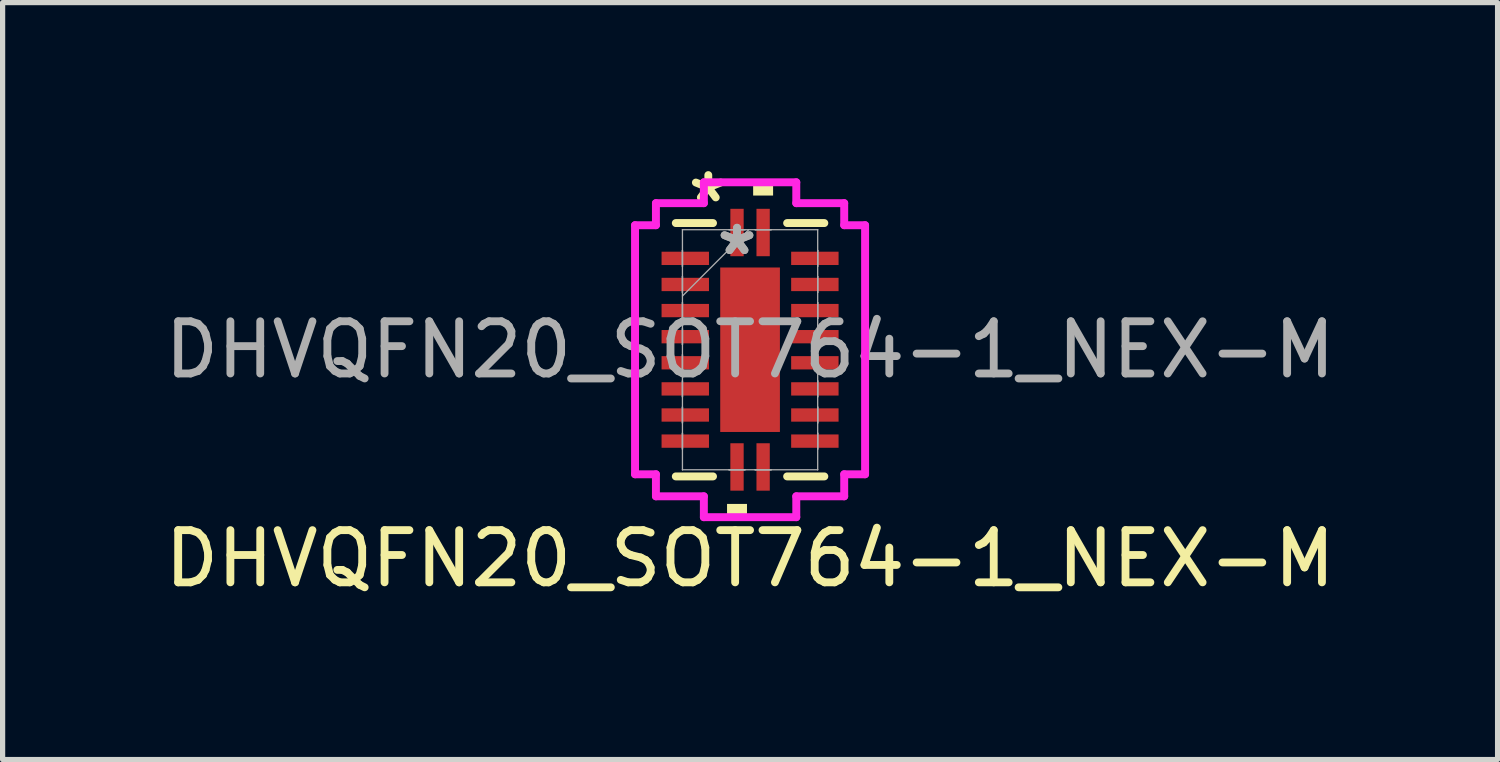
<source format=kicad_pcb>
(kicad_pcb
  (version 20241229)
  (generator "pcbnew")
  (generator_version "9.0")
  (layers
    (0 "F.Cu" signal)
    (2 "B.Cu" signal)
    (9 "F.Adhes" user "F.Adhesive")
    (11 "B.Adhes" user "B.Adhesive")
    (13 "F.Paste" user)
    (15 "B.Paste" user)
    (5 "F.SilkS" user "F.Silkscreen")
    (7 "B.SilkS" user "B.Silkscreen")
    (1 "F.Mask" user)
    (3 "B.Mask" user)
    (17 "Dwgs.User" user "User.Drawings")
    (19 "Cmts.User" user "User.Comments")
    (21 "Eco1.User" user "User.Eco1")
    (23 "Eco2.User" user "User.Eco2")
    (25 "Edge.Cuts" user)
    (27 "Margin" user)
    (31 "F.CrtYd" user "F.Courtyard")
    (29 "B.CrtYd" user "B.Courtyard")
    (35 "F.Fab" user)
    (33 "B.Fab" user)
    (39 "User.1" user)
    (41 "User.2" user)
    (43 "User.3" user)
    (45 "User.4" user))
  (footprint "DHVQFN20_SOT764-1_NEX-M"
    (layer "F.Cu")
    (at 11.315 3.648)
    (property "Reference" "DHVQFN20_SOT764-1_NEX-M" (at 0 4 0) (unlocked yes) (layer "F.SilkS") (effects (font (size 1 1) (thickness 0.15))))
    (attr smd)
    (fp_line (start -1.422 2.426) (end -0.71 2.426) (stroke (width 0.152) (type solid)) (layer "F.SilkS"))
    (fp_line (start -0.71 -2.426) (end -1.422 -2.426) (stroke (width 0.152) (type solid)) (layer "F.SilkS"))
    (fp_line (start 0.71 2.426) (end 1.422 2.426) (stroke (width 0.152) (type solid)) (layer "F.SilkS"))
    (fp_line (start 1.422 -2.426) (end 0.71 -2.426) (stroke (width 0.152) (type solid)) (layer "F.SilkS"))
    (fp_poly (pts (xy -0.441 2.953) (xy -0.441 3.207) (xy -0.059 3.207) (xy -0.059 2.953)) (stroke (width 0) (type solid)) (fill yes) (layer "F.SilkS"))
    (fp_poly (pts (xy 0.059 -2.953) (xy 0.059 -3.207) (xy 0.441 -3.207) (xy 0.441 -2.953)) (stroke (width 0) (type solid)) (fill yes) (layer "F.SilkS"))
    (fp_poly (pts (xy -0.471 -1.475) (xy -0.471 -0.1) (xy 0.471 -0.1) (xy 0.471 -1.475)) (stroke (width 0) (type solid)) (fill yes) (layer "F.Paste"))
    (fp_poly (pts (xy -0.471 0.1) (xy -0.471 1.475) (xy 0.471 1.475) (xy 0.471 0.1)) (stroke (width 0) (type solid)) (fill yes) (layer "F.Paste"))
    (fp_line (start -2.203 -2.385) (end -1.803 -2.385) (stroke (width 0.152) (type solid)) (layer "F.CrtYd"))
    (fp_line (start -2.203 2.385) (end -2.203 -2.385) (stroke (width 0.152) (type solid)) (layer "F.CrtYd"))
    (fp_line (start -1.803 -2.807) (end -0.885 -2.807) (stroke (width 0.152) (type solid)) (layer "F.CrtYd"))
    (fp_line (start -1.803 -2.385) (end -1.803 -2.807) (stroke (width 0.152) (type solid)) (layer "F.CrtYd"))
    (fp_line (start -1.803 2.385) (end -2.203 2.385) (stroke (width 0.152) (type solid)) (layer "F.CrtYd"))
    (fp_line (start -1.803 2.807) (end -1.803 2.385) (stroke (width 0.152) (type solid)) (layer "F.CrtYd"))
    (fp_line (start -0.885 -3.207) (end 0.885 -3.207) (stroke (width 0.152) (type solid)) (layer "F.CrtYd"))
    (fp_line (start -0.885 -2.807) (end -0.885 -3.207) (stroke (width 0.152) (type solid)) (layer "F.CrtYd"))
    (fp_line (start -0.885 2.807) (end -1.803 2.807) (stroke (width 0.152) (type solid)) (layer "F.CrtYd"))
    (fp_line (start -0.885 3.207) (end -0.885 2.807) (stroke (width 0.152) (type solid)) (layer "F.CrtYd"))
    (fp_line (start 0.885 -3.207) (end 0.885 -2.807) (stroke (width 0.152) (type solid)) (layer "F.CrtYd"))
    (fp_line (start 0.885 -2.807) (end 1.803 -2.807) (stroke (width 0.152) (type solid)) (layer "F.CrtYd"))
    (fp_line (start 0.885 2.807) (end 0.885 3.207) (stroke (width 0.152) (type solid)) (layer "F.CrtYd"))
    (fp_line (start 0.885 3.207) (end -0.885 3.207) (stroke (width 0.152) (type solid)) (layer "F.CrtYd"))
    (fp_line (start 1.803 -2.807) (end 1.803 -2.385) (stroke (width 0.152) (type solid)) (layer "F.CrtYd"))
    (fp_line (start 1.803 -2.385) (end 2.203 -2.385) (stroke (width 0.152) (type solid)) (layer "F.CrtYd"))
    (fp_line (start 1.803 2.385) (end 1.803 2.807) (stroke (width 0.152) (type solid)) (layer "F.CrtYd"))
    (fp_line (start 1.803 2.807) (end 0.885 2.807) (stroke (width 0.152) (type solid)) (layer "F.CrtYd"))
    (fp_line (start 2.203 -2.385) (end 2.203 2.385) (stroke (width 0.152) (type solid)) (layer "F.CrtYd"))
    (fp_line (start 2.203 2.385) (end 1.803 2.385) (stroke (width 0.152) (type solid)) (layer "F.CrtYd"))
    (fp_line (start -1.295 -2.299) (end -1.295 -2.299) (stroke (width 0.025) (type solid)) (layer "F.Fab"))
    (fp_line (start -1.295 -2.299) (end -1.295 2.299) (stroke (width 0.025) (type solid)) (layer "F.Fab"))
    (fp_line (start -1.295 -1.902) (end -1.295 -1.902) (stroke (width 0.025) (type solid)) (layer "F.Fab"))
    (fp_line (start -1.295 -1.902) (end -1.295 -1.598) (stroke (width 0.025) (type solid)) (layer "F.Fab"))
    (fp_line (start -1.295 -1.598) (end -1.295 -1.902) (stroke (width 0.025) (type solid)) (layer "F.Fab"))
    (fp_line (start -1.295 -1.598) (end -1.295 -1.598) (stroke (width 0.025) (type solid)) (layer "F.Fab"))
    (fp_line (start -1.295 -1.402) (end -1.295 -1.402) (stroke (width 0.025) (type solid)) (layer "F.Fab"))
    (fp_line (start -1.295 -1.402) (end -1.295 -1.098) (stroke (width 0.025) (type solid)) (layer "F.Fab"))
    (fp_line (start -1.295 -1.098) (end -1.295 -1.402) (stroke (width 0.025) (type solid)) (layer "F.Fab"))
    (fp_line (start -1.295 -1.098) (end -1.295 -1.098) (stroke (width 0.025) (type solid)) (layer "F.Fab"))
    (fp_line (start -1.295 -1.029) (end -0.025 -2.299) (stroke (width 0.025) (type solid)) (layer "F.Fab"))
    (fp_line (start -1.295 -0.902) (end -1.295 -0.902) (stroke (width 0.025) (type solid)) (layer "F.Fab"))
    (fp_line (start -1.295 -0.902) (end -1.295 -0.598) (stroke (width 0.025) (type solid)) (layer "F.Fab"))
    (fp_line (start -1.295 -0.598) (end -1.295 -0.902) (stroke (width 0.025) (type solid)) (layer "F.Fab"))
    (fp_line (start -1.295 -0.598) (end -1.295 -0.598) (stroke (width 0.025) (type solid)) (layer "F.Fab"))
    (fp_line (start -1.295 -0.402) (end -1.295 -0.402) (stroke (width 0.025) (type solid)) (layer "F.Fab"))
    (fp_line (start -1.295 -0.402) (end -1.295 -0.098) (stroke (width 0.025) (type solid)) (layer "F.Fab"))
    (fp_line (start -1.295 -0.098) (end -1.295 -0.402) (stroke (width 0.025) (type solid)) (layer "F.Fab"))
    (fp_line (start -1.295 -0.098) (end -1.295 -0.098) (stroke (width 0.025) (type solid)) (layer "F.Fab"))
    (fp_line (start -1.295 0.098) (end -1.295 0.098) (stroke (width 0.025) (type solid)) (layer "F.Fab"))
    (fp_line (start -1.295 0.098) (end -1.295 0.402) (stroke (width 0.025) (type solid)) (layer "F.Fab"))
    (fp_line (start -1.295 0.402) (end -1.295 0.098) (stroke (width 0.025) (type solid)) (layer "F.Fab"))
    (fp_line (start -1.295 0.402) (end -1.295 0.402) (stroke (width 0.025) (type solid)) (layer "F.Fab"))
    (fp_line (start -1.295 0.598) (end -1.295 0.598) (stroke (width 0.025) (type solid)) (layer "F.Fab"))
    (fp_line (start -1.295 0.598) (end -1.295 0.902) (stroke (width 0.025) (type solid)) (layer "F.Fab"))
    (fp_line (start -1.295 0.902) (end -1.295 0.598) (stroke (width 0.025) (type solid)) (layer "F.Fab"))
    (fp_line (start -1.295 0.902) (end -1.295 0.902) (stroke (width 0.025) (type solid)) (layer "F.Fab"))
    (fp_line (start -1.295 1.098) (end -1.295 1.098) (stroke (width 0.025) (type solid)) (layer "F.Fab"))
    (fp_line (start -1.295 1.098) (end -1.295 1.402) (stroke (width 0.025) (type solid)) (layer "F.Fab"))
    (fp_line (start -1.295 1.402) (end -1.295 1.098) (stroke (width 0.025) (type solid)) (layer "F.Fab"))
    (fp_line (start -1.295 1.402) (end -1.295 1.402) (stroke (width 0.025) (type solid)) (layer "F.Fab"))
    (fp_line (start -1.295 1.598) (end -1.295 1.598) (stroke (width 0.025) (type solid)) (layer "F.Fab"))
    (fp_line (start -1.295 1.598) (end -1.295 1.902) (stroke (width 0.025) (type solid)) (layer "F.Fab"))
    (fp_line (start -1.295 1.902) (end -1.295 1.598) (stroke (width 0.025) (type solid)) (layer "F.Fab"))
    (fp_line (start -1.295 1.902) (end -1.295 1.902) (stroke (width 0.025) (type solid)) (layer "F.Fab"))
    (fp_line (start -1.295 2.299) (end -1.295 2.299) (stroke (width 0.025) (type solid)) (layer "F.Fab"))
    (fp_line (start -1.295 2.299) (end 1.295 2.299) (stroke (width 0.025) (type solid)) (layer "F.Fab"))
    (fp_line (start -0.402 -2.299) (end -0.402 -2.299) (stroke (width 0.025) (type solid)) (layer "F.Fab"))
    (fp_line (start -0.402 -2.299) (end -0.098 -2.299) (stroke (width 0.025) (type solid)) (layer "F.Fab"))
    (fp_line (start -0.402 2.299) (end -0.402 2.299) (stroke (width 0.025) (type solid)) (layer "F.Fab"))
    (fp_line (start -0.402 2.299) (end -0.098 2.299) (stroke (width 0.025) (type solid)) (layer "F.Fab"))
    (fp_line (start -0.098 -2.299) (end -0.402 -2.299) (stroke (width 0.025) (type solid)) (layer "F.Fab"))
    (fp_line (start -0.098 -2.299) (end -0.098 -2.299) (stroke (width 0.025) (type solid)) (layer "F.Fab"))
    (fp_line (start -0.098 2.299) (end -0.402 2.299) (stroke (width 0.025) (type solid)) (layer "F.Fab"))
    (fp_line (start -0.098 2.299) (end -0.098 2.299) (stroke (width 0.025) (type solid)) (layer "F.Fab"))
    (fp_line (start 0.098 -2.299) (end 0.098 -2.299) (stroke (width 0.025) (type solid)) (layer "F.Fab"))
    (fp_line (start 0.098 -2.299) (end 0.402 -2.299) (stroke (width 0.025) (type solid)) (layer "F.Fab"))
    (fp_line (start 0.098 2.299) (end 0.098 2.299) (stroke (width 0.025) (type solid)) (layer "F.Fab"))
    (fp_line (start 0.098 2.299) (end 0.402 2.299) (stroke (width 0.025) (type solid)) (layer "F.Fab"))
    (fp_line (start 0.402 -2.299) (end 0.098 -2.299) (stroke (width 0.025) (type solid)) (layer "F.Fab"))
    (fp_line (start 0.402 -2.299) (end 0.402 -2.299) (stroke (width 0.025) (type solid)) (layer "F.Fab"))
    (fp_line (start 0.402 2.299) (end 0.098 2.299) (stroke (width 0.025) (type solid)) (layer "F.Fab"))
    (fp_line (start 0.402 2.299) (end 0.402 2.299) (stroke (width 0.025) (type solid)) (layer "F.Fab"))
    (fp_line (start 1.295 -2.299) (end -1.295 -2.299) (stroke (width 0.025) (type solid)) (layer "F.Fab"))
    (fp_line (start 1.295 -2.299) (end 1.295 -2.299) (stroke (width 0.025) (type solid)) (layer "F.Fab"))
    (fp_line (start 1.295 -1.902) (end 1.295 -1.902) (stroke (width 0.025) (type solid)) (layer "F.Fab"))
    (fp_line (start 1.295 -1.902) (end 1.295 -1.598) (stroke (width 0.025) (type solid)) (layer "F.Fab"))
    (fp_line (start 1.295 -1.598) (end 1.295 -1.902) (stroke (width 0.025) (type solid)) (layer "F.Fab"))
    (fp_line (start 1.295 -1.598) (end 1.295 -1.598) (stroke (width 0.025) (type solid)) (layer "F.Fab"))
    (fp_line (start 1.295 -1.402) (end 1.295 -1.402) (stroke (width 0.025) (type solid)) (layer "F.Fab"))
    (fp_line (start 1.295 -1.402) (end 1.295 -1.098) (stroke (width 0.025) (type solid)) (layer "F.Fab"))
    (fp_line (start 1.295 -1.098) (end 1.295 -1.402) (stroke (width 0.025) (type solid)) (layer "F.Fab"))
    (fp_line (start 1.295 -1.098) (end 1.295 -1.098) (stroke (width 0.025) (type solid)) (layer "F.Fab"))
    (fp_line (start 1.295 -0.902) (end 1.295 -0.902) (stroke (width 0.025) (type solid)) (layer "F.Fab"))
    (fp_line (start 1.295 -0.902) (end 1.295 -0.598) (stroke (width 0.025) (type solid)) (layer "F.Fab"))
    (fp_line (start 1.295 -0.598) (end 1.295 -0.902) (stroke (width 0.025) (type solid)) (layer "F.Fab"))
    (fp_line (start 1.295 -0.598) (end 1.295 -0.598) (stroke (width 0.025) (type solid)) (layer "F.Fab"))
    (fp_line (start 1.295 -0.402) (end 1.295 -0.402) (stroke (width 0.025) (type solid)) (layer "F.Fab"))
    (fp_line (start 1.295 -0.402) (end 1.295 -0.098) (stroke (width 0.025) (type solid)) (layer "F.Fab"))
    (fp_line (start 1.295 -0.098) (end 1.295 -0.402) (stroke (width 0.025) (type solid)) (layer "F.Fab"))
    (fp_line (start 1.295 -0.098) (end 1.295 -0.098) (stroke (width 0.025) (type solid)) (layer "F.Fab"))
    (fp_line (start 1.295 0.098) (end 1.295 0.098) (stroke (width 0.025) (type solid)) (layer "F.Fab"))
    (fp_line (start 1.295 0.098) (end 1.295 0.402) (stroke (width 0.025) (type solid)) (layer "F.Fab"))
    (fp_line (start 1.295 0.402) (end 1.295 0.098) (stroke (width 0.025) (type solid)) (layer "F.Fab"))
    (fp_line (start 1.295 0.402) (end 1.295 0.402) (stroke (width 0.025) (type solid)) (layer "F.Fab"))
    (fp_line (start 1.295 0.598) (end 1.295 0.598) (stroke (width 0.025) (type solid)) (layer "F.Fab"))
    (fp_line (start 1.295 0.598) (end 1.295 0.902) (stroke (width 0.025) (type solid)) (layer "F.Fab"))
    (fp_line (start 1.295 0.902) (end 1.295 0.598) (stroke (width 0.025) (type solid)) (layer "F.Fab"))
    (fp_line (start 1.295 0.902) (end 1.295 0.902) (stroke (width 0.025) (type solid)) (layer "F.Fab"))
    (fp_line (start 1.295 1.098) (end 1.295 1.098) (stroke (width 0.025) (type solid)) (layer "F.Fab"))
    (fp_line (start 1.295 1.098) (end 1.295 1.402) (stroke (width 0.025) (type solid)) (layer "F.Fab"))
    (fp_line (start 1.295 1.402) (end 1.295 1.098) (stroke (width 0.025) (type solid)) (layer "F.Fab"))
    (fp_line (start 1.295 1.402) (end 1.295 1.402) (stroke (width 0.025) (type solid)) (layer "F.Fab"))
    (fp_line (start 1.295 1.598) (end 1.295 1.598) (stroke (width 0.025) (type solid)) (layer "F.Fab"))
    (fp_line (start 1.295 1.598) (end 1.295 1.902) (stroke (width 0.025) (type solid)) (layer "F.Fab"))
    (fp_line (start 1.295 1.902) (end 1.295 1.598) (stroke (width 0.025) (type solid)) (layer "F.Fab"))
    (fp_line (start 1.295 1.902) (end 1.295 1.902) (stroke (width 0.025) (type solid)) (layer "F.Fab"))
    (fp_line (start 1.295 2.299) (end 1.295 -2.299) (stroke (width 0.025) (type solid)) (layer "F.Fab"))
    (fp_line (start 1.295 2.299) (end 1.295 2.299) (stroke (width 0.025) (type solid)) (layer "F.Fab"))
    (fp_text user "*" (at -0.8 -2.8 0) (unlocked yes) (layer "F.SilkS") (effects (font (size 1 1) (thickness 0.15))))
    (fp_text user "${REFERENCE}" (at 0 0 0) (unlocked yes) (layer "F.Fab") (effects (font (size 1 1) (thickness 0.15))))
    (fp_text user "*" (at -0.25 -1.791 0) (unlocked yes) (layer "F.Fab") (effects (font (size 1 1) (thickness 0.15))))
    (fp_text user "*" (at -0.25 -1.791 0) (layer "F.Fab") (effects (font (size 1 1) (thickness 0.15))))
    (pad "1" smd rect (at -0.25 -2.245) (size 0.255 0.908) (layers "F.Cu" "F.Mask" "F.Paste"))
    (pad "2" smd rect (at -1.241 -1.75 90) (size 0.255 0.908) (layers "F.Cu" "F.Mask" "F.Paste"))
    (pad "3" smd rect (at -1.241 -1.25 90) (size 0.255 0.908) (layers "F.Cu" "F.Mask" "F.Paste"))
    (pad "4" smd rect (at -1.241 -0.75 90) (size 0.255 0.908) (layers "F.Cu" "F.Mask" "F.Paste"))
    (pad "5" smd rect (at -1.241 -0.25 90) (size 0.255 0.908) (layers "F.Cu" "F.Mask" "F.Paste"))
    (pad "6" smd rect (at -1.241 0.25 90) (size 0.255 0.908) (layers "F.Cu" "F.Mask" "F.Paste"))
    (pad "7" smd rect (at -1.241 0.75 90) (size 0.255 0.908) (layers "F.Cu" "F.Mask" "F.Paste"))
    (pad "8" smd rect (at -1.241 1.25 90) (size 0.255 0.908) (layers "F.Cu" "F.Mask" "F.Paste"))
    (pad "9" smd rect (at -1.241 1.75 90) (size 0.255 0.908) (layers "F.Cu" "F.Mask" "F.Paste"))
    (pad "10" smd rect (at -0.25 2.245) (size 0.255 0.908) (layers "F.Cu" "F.Mask" "F.Paste"))
    (pad "11" smd rect (at 0.25 2.245) (size 0.255 0.908) (layers "F.Cu" "F.Mask" "F.Paste"))
    (pad "12" smd rect (at 1.241 1.75 90) (size 0.255 0.908) (layers "F.Cu" "F.Mask" "F.Paste"))
    (pad "13" smd rect (at 1.241 1.25 90) (size 0.255 0.908) (layers "F.Cu" "F.Mask" "F.Paste"))
    (pad "14" smd rect (at 1.241 0.75 90) (size 0.255 0.908) (layers "F.Cu" "F.Mask" "F.Paste"))
    (pad "15" smd rect (at 1.241 0.25 90) (size 0.255 0.908) (layers "F.Cu" "F.Mask" "F.Paste"))
    (pad "16" smd rect (at 1.241 -0.25 90) (size 0.255 0.908) (layers "F.Cu" "F.Mask" "F.Paste"))
    (pad "17" smd rect (at 1.241 -0.75 90) (size 0.255 0.908) (layers "F.Cu" "F.Mask" "F.Paste"))
    (pad "18" smd rect (at 1.241 -1.25 90) (size 0.255 0.908) (layers "F.Cu" "F.Mask" "F.Paste"))
    (pad "19" smd rect (at 1.241 -1.75 90) (size 0.255 0.908) (layers "F.Cu" "F.Mask" "F.Paste"))
    (pad "20" smd rect (at 0.25 -2.245) (size 0.255 0.908) (layers "F.Cu" "F.Mask" "F.Paste"))
    (pad "21" smd rect (at 0 0) (size 1.143 3.15) (layers "F.Cu" "F.Mask" "F.Paste")))
  (gr_rect
    (start -3 -3)
    (end 25.631 11.496)
    (stroke (width 0.1) (type default))
    (fill no)
    (layer "Edge.Cuts")))
</source>
